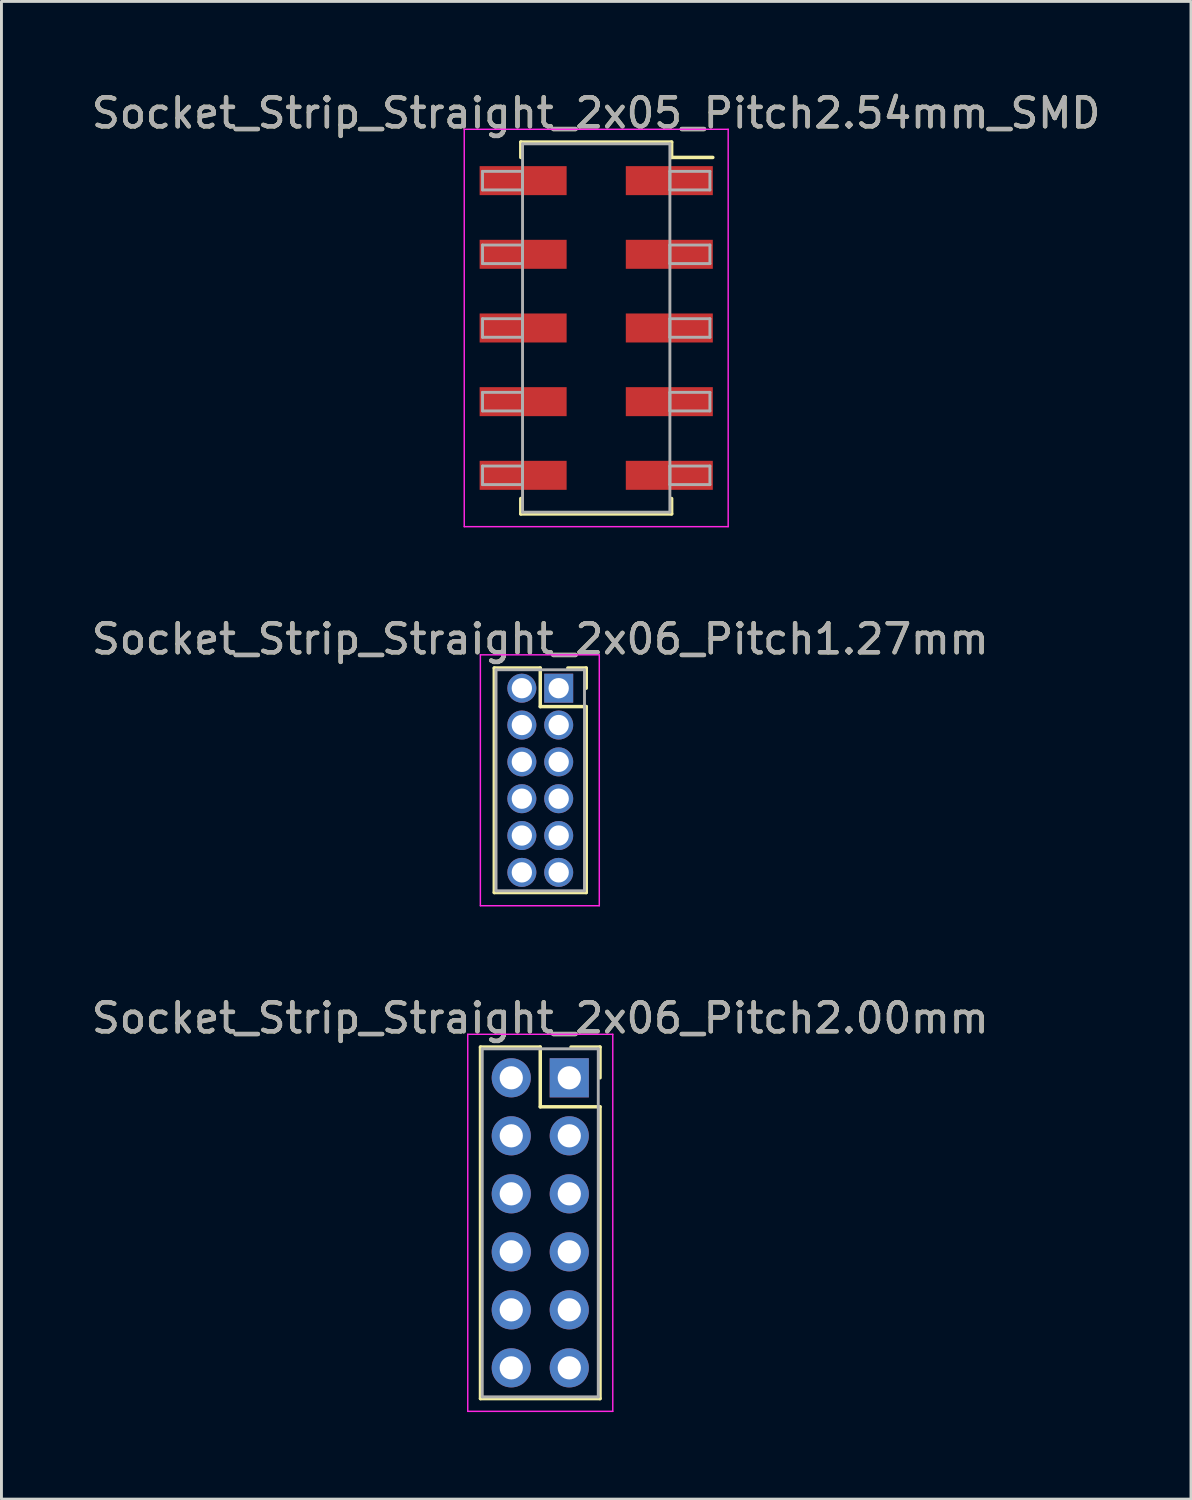
<source format=kicad_pcb>
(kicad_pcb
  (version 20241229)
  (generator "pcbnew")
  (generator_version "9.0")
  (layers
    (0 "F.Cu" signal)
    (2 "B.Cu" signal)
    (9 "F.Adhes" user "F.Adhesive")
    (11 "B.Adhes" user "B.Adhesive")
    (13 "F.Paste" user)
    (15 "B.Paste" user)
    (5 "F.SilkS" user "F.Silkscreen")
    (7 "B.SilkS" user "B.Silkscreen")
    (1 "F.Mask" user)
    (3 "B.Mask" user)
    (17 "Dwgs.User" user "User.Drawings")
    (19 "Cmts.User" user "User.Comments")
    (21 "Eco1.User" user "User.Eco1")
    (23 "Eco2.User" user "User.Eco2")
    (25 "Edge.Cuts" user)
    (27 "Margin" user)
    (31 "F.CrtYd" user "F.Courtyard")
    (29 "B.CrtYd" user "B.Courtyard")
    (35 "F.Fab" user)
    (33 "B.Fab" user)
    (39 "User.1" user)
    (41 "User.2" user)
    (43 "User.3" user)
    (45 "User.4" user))
  (footprint "Socket_Strip_Straight_2x06_Pitch2.00mm"
    (layer "F.Cu")
    (at 16.577 34.11)
    (property "Reference" "Socket_Strip_Straight_2x06_Pitch2.00mm" (at -1 -2.06 0) (layer "F.SilkS") (effects (font (size 1 1) (thickness 0.15))))
    (attr through_hole)
    (fp_line (start -3.06 -1.06) (end -1 -1.06) (stroke (width 0.12) (type solid)) (layer "F.SilkS"))
    (fp_line (start -3.06 11.06) (end -3.06 -1.06) (stroke (width 0.12) (type solid)) (layer "F.SilkS"))
    (fp_line (start -1 -1.06) (end -1 1) (stroke (width 0.12) (type solid)) (layer "F.SilkS"))
    (fp_line (start -1 1) (end 1.06 1) (stroke (width 0.12) (type solid)) (layer "F.SilkS"))
    (fp_line (start 1.06 -1.06) (end 0.06 -1.06) (stroke (width 0.12) (type solid)) (layer "F.SilkS"))
    (fp_line (start 1.06 0) (end 1.06 -1.06) (stroke (width 0.12) (type solid)) (layer "F.SilkS"))
    (fp_line (start 1.06 1) (end 1.06 11.06) (stroke (width 0.12) (type solid)) (layer "F.SilkS"))
    (fp_line (start 1.06 11.06) (end -3.06 11.06) (stroke (width 0.12) (type solid)) (layer "F.SilkS"))
    (fp_line (start -3.5 -1.5) (end -3.5 11.5) (stroke (width 0.05) (type solid)) (layer "F.CrtYd"))
    (fp_line (start -3.5 11.5) (end 1.5 11.5) (stroke (width 0.05) (type solid)) (layer "F.CrtYd"))
    (fp_line (start 1.5 -1.5) (end -3.5 -1.5) (stroke (width 0.05) (type solid)) (layer "F.CrtYd"))
    (fp_line (start 1.5 11.5) (end 1.5 -1.5) (stroke (width 0.05) (type solid)) (layer "F.CrtYd"))
    (fp_line (start -3 -1) (end -3 11) (stroke (width 0.1) (type solid)) (layer "F.Fab"))
    (fp_line (start -3 11) (end 1 11) (stroke (width 0.1) (type solid)) (layer "F.Fab"))
    (fp_line (start 1 -1) (end -3 -1) (stroke (width 0.1) (type solid)) (layer "F.Fab"))
    (fp_line (start 1 11) (end 1 -1) (stroke (width 0.1) (type solid)) (layer "F.Fab"))
    (fp_text user "${REFERENCE}" (at -1 -2.06 0) (layer "F.Fab") (effects (font (size 1 1) (thickness 0.15))))
    (pad "1" thru_hole rect (at 0 0) (size 1.35 1.35) (drill 0.8) (layers "*.Cu" "*.Mask"))
    (pad "2" thru_hole oval (at -2 0) (size 1.35 1.35) (drill 0.8) (layers "*.Cu" "*.Mask"))
    (pad "3" thru_hole oval (at 0 2) (size 1.35 1.35) (drill 0.8) (layers "*.Cu" "*.Mask"))
    (pad "4" thru_hole oval (at -2 2) (size 1.35 1.35) (drill 0.8) (layers "*.Cu" "*.Mask"))
    (pad "5" thru_hole oval (at 0 4) (size 1.35 1.35) (drill 0.8) (layers "*.Cu" "*.Mask"))
    (pad "6" thru_hole oval (at -2 4) (size 1.35 1.35) (drill 0.8) (layers "*.Cu" "*.Mask"))
    (pad "7" thru_hole oval (at 0 6) (size 1.35 1.35) (drill 0.8) (layers "*.Cu" "*.Mask"))
    (pad "8" thru_hole oval (at -2 6) (size 1.35 1.35) (drill 0.8) (layers "*.Cu" "*.Mask"))
    (pad "9" thru_hole oval (at 0 8) (size 1.35 1.35) (drill 0.8) (layers "*.Cu" "*.Mask"))
    (pad "10" thru_hole oval (at -2 8) (size 1.35 1.35) (drill 0.8) (layers "*.Cu" "*.Mask"))
    (pad "11" thru_hole oval (at 0 10) (size 1.35 1.35) (drill 0.8) (layers "*.Cu" "*.Mask"))
    (pad "12" thru_hole oval (at -2 10) (size 1.35 1.35) (drill 0.8) (layers "*.Cu" "*.Mask")))
  (footprint "Socket_Strip_Straight_2x06_Pitch1.27mm"
    (layer "F.Cu")
    (at 16.212 20.677)
    (property "Reference" "Socket_Strip_Straight_2x06_Pitch1.27mm" (at -0.635 -1.695 0) (layer "F.SilkS") (effects (font (size 1 1) (thickness 0.15))))
    (attr through_hole)
    (fp_line (start -2.22 -0.695) (end -0.635 -0.695) (stroke (width 0.12) (type solid)) (layer "F.SilkS"))
    (fp_line (start -2.22 7.045) (end -2.22 -0.695) (stroke (width 0.12) (type solid)) (layer "F.SilkS"))
    (fp_line (start -0.635 -0.695) (end -0.635 0.635) (stroke (width 0.12) (type solid)) (layer "F.SilkS"))
    (fp_line (start -0.635 0.635) (end 0.95 0.635) (stroke (width 0.12) (type solid)) (layer "F.SilkS"))
    (fp_line (start 0.95 -0.695) (end 0.315 -0.695) (stroke (width 0.12) (type solid)) (layer "F.SilkS"))
    (fp_line (start 0.95 0) (end 0.95 -0.695) (stroke (width 0.12) (type solid)) (layer "F.SilkS"))
    (fp_line (start 0.95 0.635) (end 0.95 7.045) (stroke (width 0.12) (type solid)) (layer "F.SilkS"))
    (fp_line (start 0.95 7.045) (end -2.22 7.045) (stroke (width 0.12) (type solid)) (layer "F.SilkS"))
    (fp_line (start -2.7 -1.15) (end -2.7 7.5) (stroke (width 0.05) (type solid)) (layer "F.CrtYd"))
    (fp_line (start -2.7 7.5) (end 1.4 7.5) (stroke (width 0.05) (type solid)) (layer "F.CrtYd"))
    (fp_line (start 1.4 -1.15) (end -2.7 -1.15) (stroke (width 0.05) (type solid)) (layer "F.CrtYd"))
    (fp_line (start 1.4 7.5) (end 1.4 -1.15) (stroke (width 0.05) (type solid)) (layer "F.CrtYd"))
    (fp_line (start -2.16 -0.635) (end -2.16 6.985) (stroke (width 0.1) (type solid)) (layer "F.Fab"))
    (fp_line (start -2.16 6.985) (end 0.89 6.985) (stroke (width 0.1) (type solid)) (layer "F.Fab"))
    (fp_line (start 0.89 -0.635) (end -2.16 -0.635) (stroke (width 0.1) (type solid)) (layer "F.Fab"))
    (fp_line (start 0.89 6.985) (end 0.89 -0.635) (stroke (width 0.1) (type solid)) (layer "F.Fab"))
    (fp_text user "${REFERENCE}" (at -0.635 -1.695 0) (layer "F.Fab") (effects (font (size 1 1) (thickness 0.15))))
    (pad "1" thru_hole rect (at 0 0) (size 1 1) (drill 0.7) (layers "*.Cu" "*.Mask"))
    (pad "2" thru_hole oval (at -1.27 0) (size 1 1) (drill 0.7) (layers "*.Cu" "*.Mask"))
    (pad "3" thru_hole oval (at 0 1.27) (size 1 1) (drill 0.7) (layers "*.Cu" "*.Mask"))
    (pad "4" thru_hole oval (at -1.27 1.27) (size 1 1) (drill 0.7) (layers "*.Cu" "*.Mask"))
    (pad "5" thru_hole oval (at 0 2.54) (size 1 1) (drill 0.7) (layers "*.Cu" "*.Mask"))
    (pad "6" thru_hole oval (at -1.27 2.54) (size 1 1) (drill 0.7) (layers "*.Cu" "*.Mask"))
    (pad "7" thru_hole oval (at 0 3.81) (size 1 1) (drill 0.7) (layers "*.Cu" "*.Mask"))
    (pad "8" thru_hole oval (at -1.27 3.81) (size 1 1) (drill 0.7) (layers "*.Cu" "*.Mask"))
    (pad "9" thru_hole oval (at 0 5.08) (size 1 1) (drill 0.7) (layers "*.Cu" "*.Mask"))
    (pad "10" thru_hole oval (at -1.27 5.08) (size 1 1) (drill 0.7) (layers "*.Cu" "*.Mask"))
    (pad "11" thru_hole oval (at 0 6.35) (size 1 1) (drill 0.7) (layers "*.Cu" "*.Mask"))
    (pad "12" thru_hole oval (at -1.27 6.35) (size 1 1) (drill 0.7) (layers "*.Cu" "*.Mask")))
  (footprint "Socket_Strip_Straight_2x05_Pitch2.54mm_SMD"
    (layer "F.Cu")
    (at 17.506 8.258)
    (property "Reference" "Socket_Strip_Straight_2x05_Pitch2.54mm_SMD" (at 0 -7.41 0) (layer "F.SilkS") (effects (font (size 1 1) (thickness 0.15))))
    (attr smd)
    (fp_line (start -2.6 -6.41) (end 2.6 -6.41) (stroke (width 0.12) (type solid)) (layer "F.SilkS"))
    (fp_line (start -2.6 -5.88) (end -2.6 -6.41) (stroke (width 0.12) (type solid)) (layer "F.SilkS"))
    (fp_line (start -2.6 5.88) (end -2.6 6.41) (stroke (width 0.12) (type solid)) (layer "F.SilkS"))
    (fp_line (start -2.6 6.41) (end 2.6 6.41) (stroke (width 0.12) (type solid)) (layer "F.SilkS"))
    (fp_line (start 2.6 -6.41) (end 2.6 -5.88) (stroke (width 0.12) (type solid)) (layer "F.SilkS"))
    (fp_line (start 2.6 6.41) (end 2.6 5.88) (stroke (width 0.12) (type solid)) (layer "F.SilkS"))
    (fp_line (start 4.02 -5.88) (end 2.6 -5.88) (stroke (width 0.12) (type solid)) (layer "F.SilkS"))
    (fp_line (start -4.55 -6.85) (end -4.55 6.85) (stroke (width 0.05) (type solid)) (layer "F.CrtYd"))
    (fp_line (start -4.55 6.85) (end 4.55 6.85) (stroke (width 0.05) (type solid)) (layer "F.CrtYd"))
    (fp_line (start 4.55 -6.85) (end -4.55 -6.85) (stroke (width 0.05) (type solid)) (layer "F.CrtYd"))
    (fp_line (start 4.55 6.85) (end 4.55 -6.85) (stroke (width 0.05) (type solid)) (layer "F.CrtYd"))
    (fp_line (start -3.92 -5.4) (end -2.54 -5.4) (stroke (width 0.1) (type solid)) (layer "F.Fab"))
    (fp_line (start -3.92 -4.76) (end -3.92 -5.4) (stroke (width 0.1) (type solid)) (layer "F.Fab"))
    (fp_line (start -3.92 -2.86) (end -2.54 -2.86) (stroke (width 0.1) (type solid)) (layer "F.Fab"))
    (fp_line (start -3.92 -2.22) (end -3.92 -2.86) (stroke (width 0.1) (type solid)) (layer "F.Fab"))
    (fp_line (start -3.92 -0.32) (end -2.54 -0.32) (stroke (width 0.1) (type solid)) (layer "F.Fab"))
    (fp_line (start -3.92 0.32) (end -3.92 -0.32) (stroke (width 0.1) (type solid)) (layer "F.Fab"))
    (fp_line (start -3.92 2.22) (end -2.54 2.22) (stroke (width 0.1) (type solid)) (layer "F.Fab"))
    (fp_line (start -3.92 2.86) (end -3.92 2.22) (stroke (width 0.1) (type solid)) (layer "F.Fab"))
    (fp_line (start -3.92 4.76) (end -2.54 4.76) (stroke (width 0.1) (type solid)) (layer "F.Fab"))
    (fp_line (start -3.92 5.4) (end -3.92 4.76) (stroke (width 0.1) (type solid)) (layer "F.Fab"))
    (fp_line (start -2.54 -6.35) (end -2.54 6.35) (stroke (width 0.1) (type solid)) (layer "F.Fab"))
    (fp_line (start -2.54 -5.4) (end -2.54 -4.76) (stroke (width 0.1) (type solid)) (layer "F.Fab"))
    (fp_line (start -2.54 -4.76) (end -3.92 -4.76) (stroke (width 0.1) (type solid)) (layer "F.Fab"))
    (fp_line (start -2.54 -2.86) (end -2.54 -2.22) (stroke (width 0.1) (type solid)) (layer "F.Fab"))
    (fp_line (start -2.54 -2.22) (end -3.92 -2.22) (stroke (width 0.1) (type solid)) (layer "F.Fab"))
    (fp_line (start -2.54 -0.32) (end -2.54 0.32) (stroke (width 0.1) (type solid)) (layer "F.Fab"))
    (fp_line (start -2.54 0.32) (end -3.92 0.32) (stroke (width 0.1) (type solid)) (layer "F.Fab"))
    (fp_line (start -2.54 2.22) (end -2.54 2.86) (stroke (width 0.1) (type solid)) (layer "F.Fab"))
    (fp_line (start -2.54 2.86) (end -3.92 2.86) (stroke (width 0.1) (type solid)) (layer "F.Fab"))
    (fp_line (start -2.54 4.76) (end -2.54 5.4) (stroke (width 0.1) (type solid)) (layer "F.Fab"))
    (fp_line (start -2.54 5.4) (end -3.92 5.4) (stroke (width 0.1) (type solid)) (layer "F.Fab"))
    (fp_line (start -2.54 6.35) (end 2.54 6.35) (stroke (width 0.1) (type solid)) (layer "F.Fab"))
    (fp_line (start 2.54 -6.35) (end -2.54 -6.35) (stroke (width 0.1) (type solid)) (layer "F.Fab"))
    (fp_line (start 2.54 -5.4) (end 2.54 -4.76) (stroke (width 0.1) (type solid)) (layer "F.Fab"))
    (fp_line (start 2.54 -4.76) (end 3.92 -4.76) (stroke (width 0.1) (type solid)) (layer "F.Fab"))
    (fp_line (start 2.54 -2.86) (end 2.54 -2.22) (stroke (width 0.1) (type solid)) (layer "F.Fab"))
    (fp_line (start 2.54 -2.22) (end 3.92 -2.22) (stroke (width 0.1) (type solid)) (layer "F.Fab"))
    (fp_line (start 2.54 -0.32) (end 2.54 0.32) (stroke (width 0.1) (type solid)) (layer "F.Fab"))
    (fp_line (start 2.54 0.32) (end 3.92 0.32) (stroke (width 0.1) (type solid)) (layer "F.Fab"))
    (fp_line (start 2.54 2.22) (end 2.54 2.86) (stroke (width 0.1) (type solid)) (layer "F.Fab"))
    (fp_line (start 2.54 2.86) (end 3.92 2.86) (stroke (width 0.1) (type solid)) (layer "F.Fab"))
    (fp_line (start 2.54 4.76) (end 2.54 5.4) (stroke (width 0.1) (type solid)) (layer "F.Fab"))
    (fp_line (start 2.54 5.4) (end 3.92 5.4) (stroke (width 0.1) (type solid)) (layer "F.Fab"))
    (fp_line (start 2.54 6.35) (end 2.54 -6.35) (stroke (width 0.1) (type solid)) (layer "F.Fab"))
    (fp_line (start 3.92 -5.4) (end 2.54 -5.4) (stroke (width 0.1) (type solid)) (layer "F.Fab"))
    (fp_line (start 3.92 -4.76) (end 3.92 -5.4) (stroke (width 0.1) (type solid)) (layer "F.Fab"))
    (fp_line (start 3.92 -2.86) (end 2.54 -2.86) (stroke (width 0.1) (type solid)) (layer "F.Fab"))
    (fp_line (start 3.92 -2.22) (end 3.92 -2.86) (stroke (width 0.1) (type solid)) (layer "F.Fab"))
    (fp_line (start 3.92 -0.32) (end 2.54 -0.32) (stroke (width 0.1) (type solid)) (layer "F.Fab"))
    (fp_line (start 3.92 0.32) (end 3.92 -0.32) (stroke (width 0.1) (type solid)) (layer "F.Fab"))
    (fp_line (start 3.92 2.22) (end 2.54 2.22) (stroke (width 0.1) (type solid)) (layer "F.Fab"))
    (fp_line (start 3.92 2.86) (end 3.92 2.22) (stroke (width 0.1) (type solid)) (layer "F.Fab"))
    (fp_line (start 3.92 4.76) (end 2.54 4.76) (stroke (width 0.1) (type solid)) (layer "F.Fab"))
    (fp_line (start 3.92 5.4) (end 3.92 4.76) (stroke (width 0.1) (type solid)) (layer "F.Fab"))
    (fp_text user "${REFERENCE}" (at 0 -7.41 0) (layer "F.Fab") (effects (font (size 1 1) (thickness 0.15))))
    (pad "1" smd rect (at 2.52 -5.08) (size 3 1) (layers "F.Cu" "F.Mask" "F.Paste"))
    (pad "2" smd rect (at -2.52 -5.08) (size 3 1) (layers "F.Cu" "F.Mask" "F.Paste"))
    (pad "3" smd rect (at 2.52 -2.54) (size 3 1) (layers "F.Cu" "F.Mask" "F.Paste"))
    (pad "4" smd rect (at -2.52 -2.54) (size 3 1) (layers "F.Cu" "F.Mask" "F.Paste"))
    (pad "5" smd rect (at 2.52 0) (size 3 1) (layers "F.Cu" "F.Mask" "F.Paste"))
    (pad "6" smd rect (at -2.52 0) (size 3 1) (layers "F.Cu" "F.Mask" "F.Paste"))
    (pad "7" smd rect (at 2.52 2.54) (size 3 1) (layers "F.Cu" "F.Mask" "F.Paste"))
    (pad "8" smd rect (at -2.52 2.54) (size 3 1) (layers "F.Cu" "F.Mask" "F.Paste"))
    (pad "9" smd rect (at 2.52 5.08) (size 3 1) (layers "F.Cu" "F.Mask" "F.Paste"))
    (pad "10" smd rect (at -2.52 5.08) (size 3 1) (layers "F.Cu" "F.Mask" "F.Paste")))
  (gr_rect
    (start -3 -3)
    (end 38.012 48.635)
    (stroke (width 0.1) (type default))
    (fill no)
    (layer "Edge.Cuts")))
</source>
